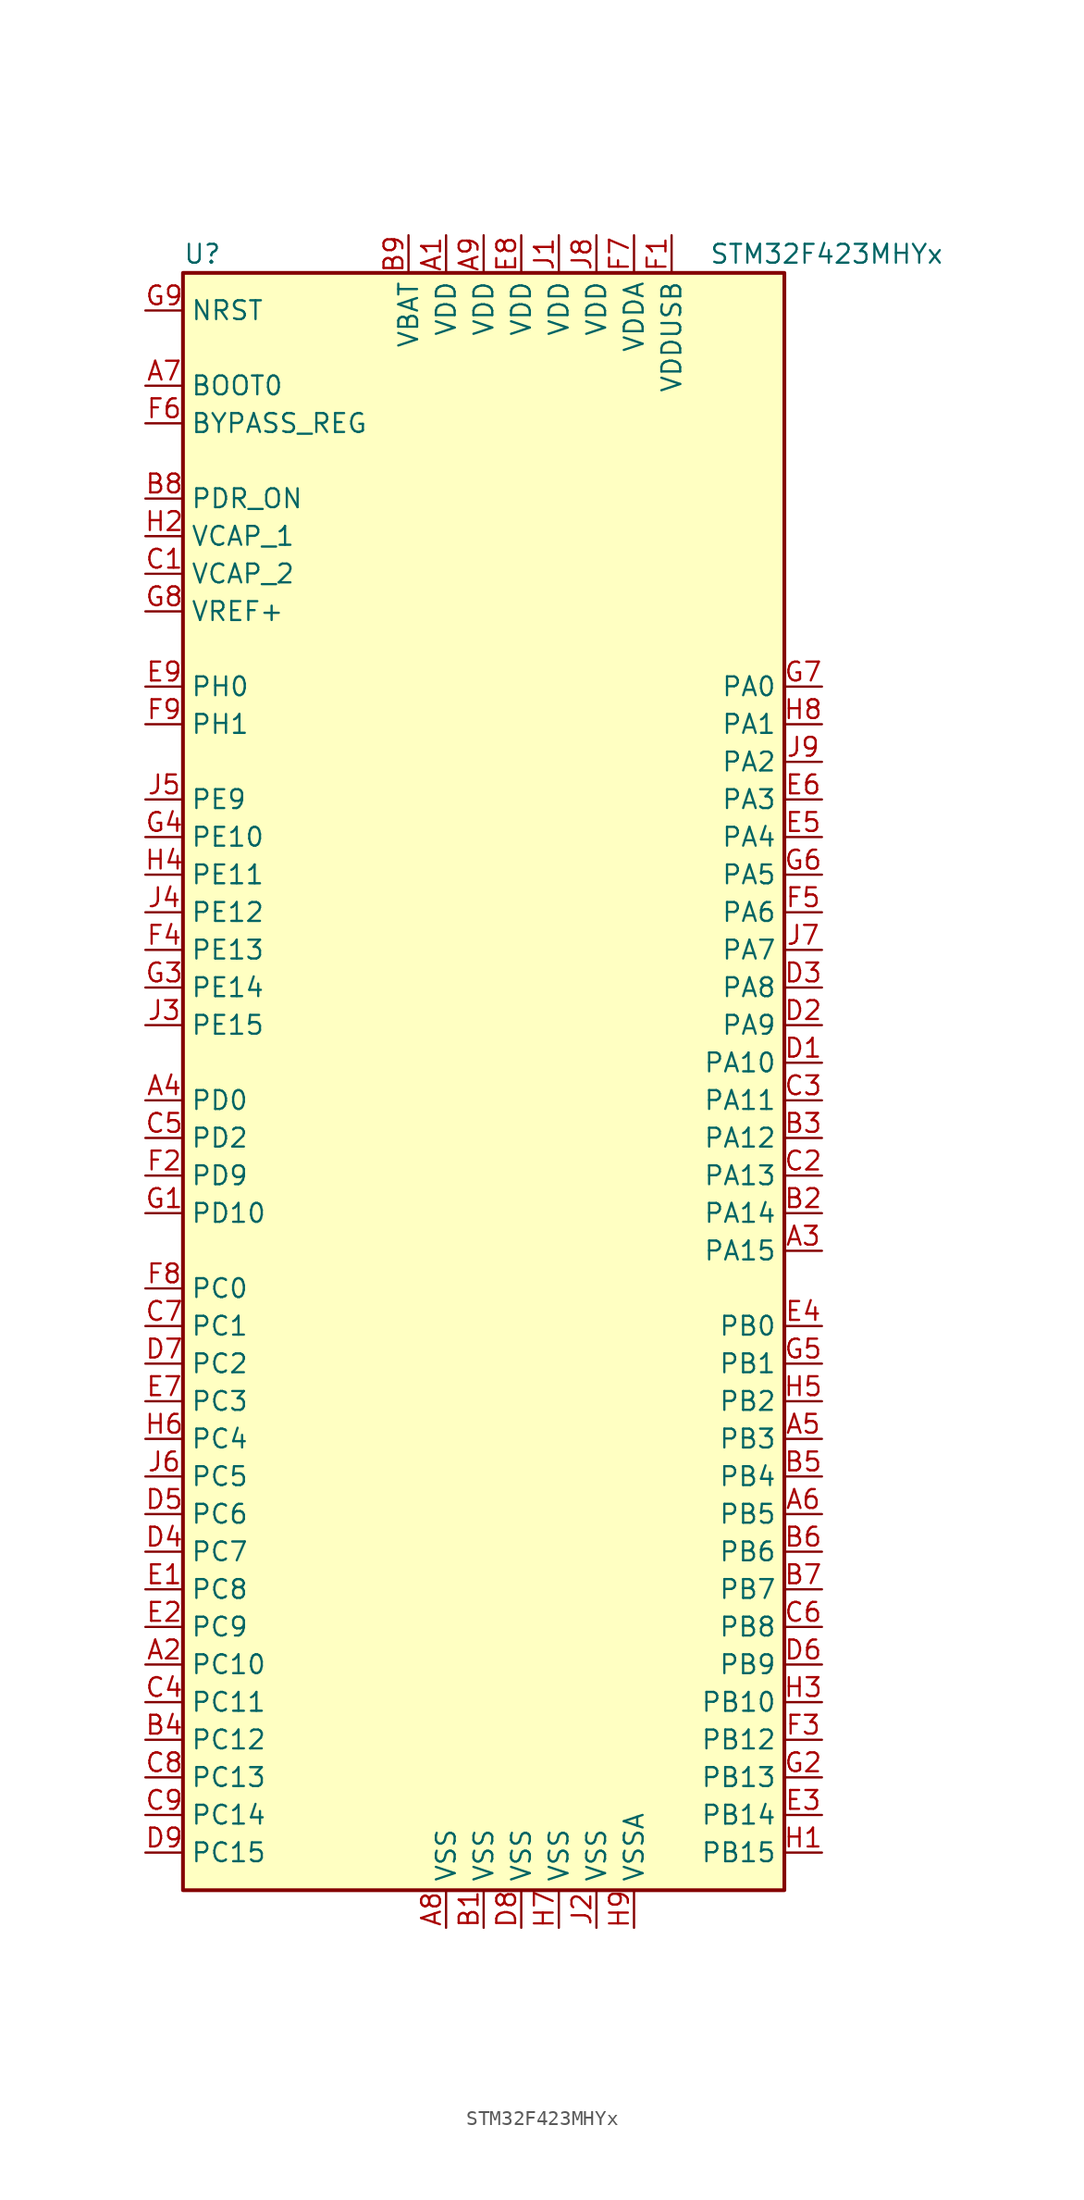
<source format=kicad_sym>
(kicad_symbol_lib
  (version 20211014)
  (generator kicad_symbol_editor)
  (symbol "STM32F423MHYx"
    (property "Reference" "U"
      (at -20.32 54.61 0)
      (effects (font (size 1.27 1.27)) (justify left)))
    (property "Value" "STM32F423MHYx"
      (at 15.24 54.61 0)
      (effects (font (size 1.27 1.27)) (justify left)))
    (symbol "STM32F423MHYx_0_1"
      (rectangle (start -20.32 -55.88) (end 20.32 53.34) (stroke (width 0.254) (type default) (color 0 0 0 0)) (fill (type background))))
    (symbol "STM32F423MHYx_1_1"
      (pin power_in line (at -2.54 55.88 270) (length 2.54) (name "VDD" (effects (font (size 1.27 1.27)))) (number "A1" (effects (font (size 1.27 1.27)))))
      (pin bidirectional line (at -22.86 -40.64 0) (length 2.54) (name "PC10" (effects (font (size 1.27 1.27)))) (number "A2" (effects (font (size 1.27 1.27)))))
      (pin bidirectional line (at 22.86 -12.7 180) (length 2.54) (name "PA15" (effects (font (size 1.27 1.27)))) (number "A3" (effects (font (size 1.27 1.27)))))
      (pin bidirectional line (at -22.86 -2.54 0) (length 2.54) (name "PD0" (effects (font (size 1.27 1.27)))) (number "A4" (effects (font (size 1.27 1.27)))))
      (pin bidirectional line (at 22.86 -25.4 180) (length 2.54) (name "PB3" (effects (font (size 1.27 1.27)))) (number "A5" (effects (font (size 1.27 1.27)))))
      (pin bidirectional line (at 22.86 -30.48 180) (length 2.54) (name "PB5" (effects (font (size 1.27 1.27)))) (number "A6" (effects (font (size 1.27 1.27)))))
      (pin input line (at -22.86 45.72 0) (length 2.54) (name "BOOT0" (effects (font (size 1.27 1.27)))) (number "A7" (effects (font (size 1.27 1.27)))))
      (pin power_in line (at -2.54 -58.42 90) (length 2.54) (name "VSS" (effects (font (size 1.27 1.27)))) (number "A8" (effects (font (size 1.27 1.27)))))
      (pin power_in line (at 0 55.88 270) (length 2.54) (name "VDD" (effects (font (size 1.27 1.27)))) (number "A9" (effects (font (size 1.27 1.27)))))
      (pin power_in line (at 0 -58.42 90) (length 2.54) (name "VSS" (effects (font (size 1.27 1.27)))) (number "B1" (effects (font (size 1.27 1.27)))))
      (pin bidirectional line (at 22.86 -10.16 180) (length 2.54) (name "PA14" (effects (font (size 1.27 1.27)))) (number "B2" (effects (font (size 1.27 1.27)))))
      (pin bidirectional line (at 22.86 -5.08 180) (length 2.54) (name "PA12" (effects (font (size 1.27 1.27)))) (number "B3" (effects (font (size 1.27 1.27)))))
      (pin bidirectional line (at -22.86 -45.72 0) (length 2.54) (name "PC12" (effects (font (size 1.27 1.27)))) (number "B4" (effects (font (size 1.27 1.27)))))
      (pin bidirectional line (at 22.86 -27.94 180) (length 2.54) (name "PB4" (effects (font (size 1.27 1.27)))) (number "B5" (effects (font (size 1.27 1.27)))))
      (pin bidirectional line (at 22.86 -33.02 180) (length 2.54) (name "PB6" (effects (font (size 1.27 1.27)))) (number "B6" (effects (font (size 1.27 1.27)))))
      (pin bidirectional line (at 22.86 -35.56 180) (length 2.54) (name "PB7" (effects (font (size 1.27 1.27)))) (number "B7" (effects (font (size 1.27 1.27)))))
      (pin power_in line (at -22.86 38.1 0) (length 2.54) (name "PDR_ON" (effects (font (size 1.27 1.27)))) (number "B8" (effects (font (size 1.27 1.27)))))
      (pin power_in line (at -5.08 55.88 270) (length 2.54) (name "VBAT" (effects (font (size 1.27 1.27)))) (number "B9" (effects (font (size 1.27 1.27)))))
      (pin power_in line (at -22.86 33.02 0) (length 2.54) (name "VCAP_2" (effects (font (size 1.27 1.27)))) (number "C1" (effects (font (size 1.27 1.27)))))
      (pin bidirectional line (at 22.86 -7.62 180) (length 2.54) (name "PA13" (effects (font (size 1.27 1.27)))) (number "C2" (effects (font (size 1.27 1.27)))))
      (pin bidirectional line (at 22.86 -2.54 180) (length 2.54) (name "PA11" (effects (font (size 1.27 1.27)))) (number "C3" (effects (font (size 1.27 1.27)))))
      (pin bidirectional line (at -22.86 -43.18 0) (length 2.54) (name "PC11" (effects (font (size 1.27 1.27)))) (number "C4" (effects (font (size 1.27 1.27)))))
      (pin bidirectional line (at -22.86 -5.08 0) (length 2.54) (name "PD2" (effects (font (size 1.27 1.27)))) (number "C5" (effects (font (size 1.27 1.27)))))
      (pin bidirectional line (at 22.86 -38.1 180) (length 2.54) (name "PB8" (effects (font (size 1.27 1.27)))) (number "C6" (effects (font (size 1.27 1.27)))))
      (pin bidirectional line (at -22.86 -17.78 0) (length 2.54) (name "PC1" (effects (font (size 1.27 1.27)))) (number "C7" (effects (font (size 1.27 1.27)))))
      (pin bidirectional line (at -22.86 -48.26 0) (length 2.54) (name "PC13" (effects (font (size 1.27 1.27)))) (number "C8" (effects (font (size 1.27 1.27)))))
      (pin bidirectional line (at -22.86 -50.8 0) (length 2.54) (name "PC14" (effects (font (size 1.27 1.27)))) (number "C9" (effects (font (size 1.27 1.27)))))
      (pin bidirectional line (at 22.86 0 180) (length 2.54) (name "PA10" (effects (font (size 1.27 1.27)))) (number "D1" (effects (font (size 1.27 1.27)))))
      (pin bidirectional line (at 22.86 2.54 180) (length 2.54) (name "PA9" (effects (font (size 1.27 1.27)))) (number "D2" (effects (font (size 1.27 1.27)))))
      (pin bidirectional line (at 22.86 5.08 180) (length 2.54) (name "PA8" (effects (font (size 1.27 1.27)))) (number "D3" (effects (font (size 1.27 1.27)))))
      (pin bidirectional line (at -22.86 -33.02 0) (length 2.54) (name "PC7" (effects (font (size 1.27 1.27)))) (number "D4" (effects (font (size 1.27 1.27)))))
      (pin bidirectional line (at -22.86 -30.48 0) (length 2.54) (name "PC6" (effects (font (size 1.27 1.27)))) (number "D5" (effects (font (size 1.27 1.27)))))
      (pin bidirectional line (at 22.86 -40.64 180) (length 2.54) (name "PB9" (effects (font (size 1.27 1.27)))) (number "D6" (effects (font (size 1.27 1.27)))))
      (pin bidirectional line (at -22.86 -20.32 0) (length 2.54) (name "PC2" (effects (font (size 1.27 1.27)))) (number "D7" (effects (font (size 1.27 1.27)))))
      (pin power_in line (at 2.54 -58.42 90) (length 2.54) (name "VSS" (effects (font (size 1.27 1.27)))) (number "D8" (effects (font (size 1.27 1.27)))))
      (pin bidirectional line (at -22.86 -53.34 0) (length 2.54) (name "PC15" (effects (font (size 1.27 1.27)))) (number "D9" (effects (font (size 1.27 1.27)))))
      (pin bidirectional line (at -22.86 -35.56 0) (length 2.54) (name "PC8" (effects (font (size 1.27 1.27)))) (number "E1" (effects (font (size 1.27 1.27)))))
      (pin bidirectional line (at -22.86 -38.1 0) (length 2.54) (name "PC9" (effects (font (size 1.27 1.27)))) (number "E2" (effects (font (size 1.27 1.27)))))
      (pin bidirectional line (at 22.86 -50.8 180) (length 2.54) (name "PB14" (effects (font (size 1.27 1.27)))) (number "E3" (effects (font (size 1.27 1.27)))))
      (pin bidirectional line (at 22.86 -17.78 180) (length 2.54) (name "PB0" (effects (font (size 1.27 1.27)))) (number "E4" (effects (font (size 1.27 1.27)))))
      (pin bidirectional line (at 22.86 15.24 180) (length 2.54) (name "PA4" (effects (font (size 1.27 1.27)))) (number "E5" (effects (font (size 1.27 1.27)))))
      (pin bidirectional line (at 22.86 17.78 180) (length 2.54) (name "PA3" (effects (font (size 1.27 1.27)))) (number "E6" (effects (font (size 1.27 1.27)))))
      (pin bidirectional line (at -22.86 -22.86 0) (length 2.54) (name "PC3" (effects (font (size 1.27 1.27)))) (number "E7" (effects (font (size 1.27 1.27)))))
      (pin power_in line (at 2.54 55.88 270) (length 2.54) (name "VDD" (effects (font (size 1.27 1.27)))) (number "E8" (effects (font (size 1.27 1.27)))))
      (pin input line (at -22.86 25.4 0) (length 2.54) (name "PH0" (effects (font (size 1.27 1.27)))) (number "E9" (effects (font (size 1.27 1.27)))))
      (pin power_in line (at 12.7 55.88 270) (length 2.54) (name "VDDUSB" (effects (font (size 1.27 1.27)))) (number "F1" (effects (font (size 1.27 1.27)))))
      (pin bidirectional line (at -22.86 -7.62 0) (length 2.54) (name "PD9" (effects (font (size 1.27 1.27)))) (number "F2" (effects (font (size 1.27 1.27)))))
      (pin bidirectional line (at 22.86 -45.72 180) (length 2.54) (name "PB12" (effects (font (size 1.27 1.27)))) (number "F3" (effects (font (size 1.27 1.27)))))
      (pin bidirectional line (at -22.86 7.62 0) (length 2.54) (name "PE13" (effects (font (size 1.27 1.27)))) (number "F4" (effects (font (size 1.27 1.27)))))
      (pin bidirectional line (at 22.86 10.16 180) (length 2.54) (name "PA6" (effects (font (size 1.27 1.27)))) (number "F5" (effects (font (size 1.27 1.27)))))
      (pin input line (at -22.86 43.18 0) (length 2.54) (name "BYPASS_REG" (effects (font (size 1.27 1.27)))) (number "F6" (effects (font (size 1.27 1.27)))))
      (pin power_in line (at 10.16 55.88 270) (length 2.54) (name "VDDA" (effects (font (size 1.27 1.27)))) (number "F7" (effects (font (size 1.27 1.27)))))
      (pin bidirectional line (at -22.86 -15.24 0) (length 2.54) (name "PC0" (effects (font (size 1.27 1.27)))) (number "F8" (effects (font (size 1.27 1.27)))))
      (pin input line (at -22.86 22.86 0) (length 2.54) (name "PH1" (effects (font (size 1.27 1.27)))) (number "F9" (effects (font (size 1.27 1.27)))))
      (pin bidirectional line (at -22.86 -10.16 0) (length 2.54) (name "PD10" (effects (font (size 1.27 1.27)))) (number "G1" (effects (font (size 1.27 1.27)))))
      (pin bidirectional line (at 22.86 -48.26 180) (length 2.54) (name "PB13" (effects (font (size 1.27 1.27)))) (number "G2" (effects (font (size 1.27 1.27)))))
      (pin bidirectional line (at -22.86 5.08 0) (length 2.54) (name "PE14" (effects (font (size 1.27 1.27)))) (number "G3" (effects (font (size 1.27 1.27)))))
      (pin bidirectional line (at -22.86 15.24 0) (length 2.54) (name "PE10" (effects (font (size 1.27 1.27)))) (number "G4" (effects (font (size 1.27 1.27)))))
      (pin bidirectional line (at 22.86 -20.32 180) (length 2.54) (name "PB1" (effects (font (size 1.27 1.27)))) (number "G5" (effects (font (size 1.27 1.27)))))
      (pin bidirectional line (at 22.86 12.7 180) (length 2.54) (name "PA5" (effects (font (size 1.27 1.27)))) (number "G6" (effects (font (size 1.27 1.27)))))
      (pin bidirectional line (at 22.86 25.4 180) (length 2.54) (name "PA0" (effects (font (size 1.27 1.27)))) (number "G7" (effects (font (size 1.27 1.27)))))
      (pin power_in line (at -22.86 30.48 0) (length 2.54) (name "VREF+" (effects (font (size 1.27 1.27)))) (number "G8" (effects (font (size 1.27 1.27)))))
      (pin input line (at -22.86 50.8 0) (length 2.54) (name "NRST" (effects (font (size 1.27 1.27)))) (number "G9" (effects (font (size 1.27 1.27)))))
      (pin bidirectional line (at 22.86 -53.34 180) (length 2.54) (name "PB15" (effects (font (size 1.27 1.27)))) (number "H1" (effects (font (size 1.27 1.27)))))
      (pin power_in line (at -22.86 35.56 0) (length 2.54) (name "VCAP_1" (effects (font (size 1.27 1.27)))) (number "H2" (effects (font (size 1.27 1.27)))))
      (pin bidirectional line (at 22.86 -43.18 180) (length 2.54) (name "PB10" (effects (font (size 1.27 1.27)))) (number "H3" (effects (font (size 1.27 1.27)))))
      (pin bidirectional line (at -22.86 12.7 0) (length 2.54) (name "PE11" (effects (font (size 1.27 1.27)))) (number "H4" (effects (font (size 1.27 1.27)))))
      (pin bidirectional line (at 22.86 -22.86 180) (length 2.54) (name "PB2" (effects (font (size 1.27 1.27)))) (number "H5" (effects (font (size 1.27 1.27)))))
      (pin bidirectional line (at -22.86 -25.4 0) (length 2.54) (name "PC4" (effects (font (size 1.27 1.27)))) (number "H6" (effects (font (size 1.27 1.27)))))
      (pin power_in line (at 5.08 -58.42 90) (length 2.54) (name "VSS" (effects (font (size 1.27 1.27)))) (number "H7" (effects (font (size 1.27 1.27)))))
      (pin bidirectional line (at 22.86 22.86 180) (length 2.54) (name "PA1" (effects (font (size 1.27 1.27)))) (number "H8" (effects (font (size 1.27 1.27)))))
      (pin power_in line (at 10.16 -58.42 90) (length 2.54) (name "VSSA" (effects (font (size 1.27 1.27)))) (number "H9" (effects (font (size 1.27 1.27)))))
      (pin power_in line (at 5.08 55.88 270) (length 2.54) (name "VDD" (effects (font (size 1.27 1.27)))) (number "J1" (effects (font (size 1.27 1.27)))))
      (pin power_in line (at 7.62 -58.42 90) (length 2.54) (name "VSS" (effects (font (size 1.27 1.27)))) (number "J2" (effects (font (size 1.27 1.27)))))
      (pin bidirectional line (at -22.86 2.54 0) (length 2.54) (name "PE15" (effects (font (size 1.27 1.27)))) (number "J3" (effects (font (size 1.27 1.27)))))
      (pin bidirectional line (at -22.86 10.16 0) (length 2.54) (name "PE12" (effects (font (size 1.27 1.27)))) (number "J4" (effects (font (size 1.27 1.27)))))
      (pin bidirectional line (at -22.86 17.78 0) (length 2.54) (name "PE9" (effects (font (size 1.27 1.27)))) (number "J5" (effects (font (size 1.27 1.27)))))
      (pin bidirectional line (at -22.86 -27.94 0) (length 2.54) (name "PC5" (effects (font (size 1.27 1.27)))) (number "J6" (effects (font (size 1.27 1.27)))))
      (pin bidirectional line (at 22.86 7.62 180) (length 2.54) (name "PA7" (effects (font (size 1.27 1.27)))) (number "J7" (effects (font (size 1.27 1.27)))))
      (pin power_in line (at 7.62 55.88 270) (length 2.54) (name "VDD" (effects (font (size 1.27 1.27)))) (number "J8" (effects (font (size 1.27 1.27)))))
      (pin bidirectional line (at 22.86 20.32 180) (length 2.54) (name "PA2" (effects (font (size 1.27 1.27)))) (number "J9" (effects (font (size 1.27 1.27))))))))
</source>
